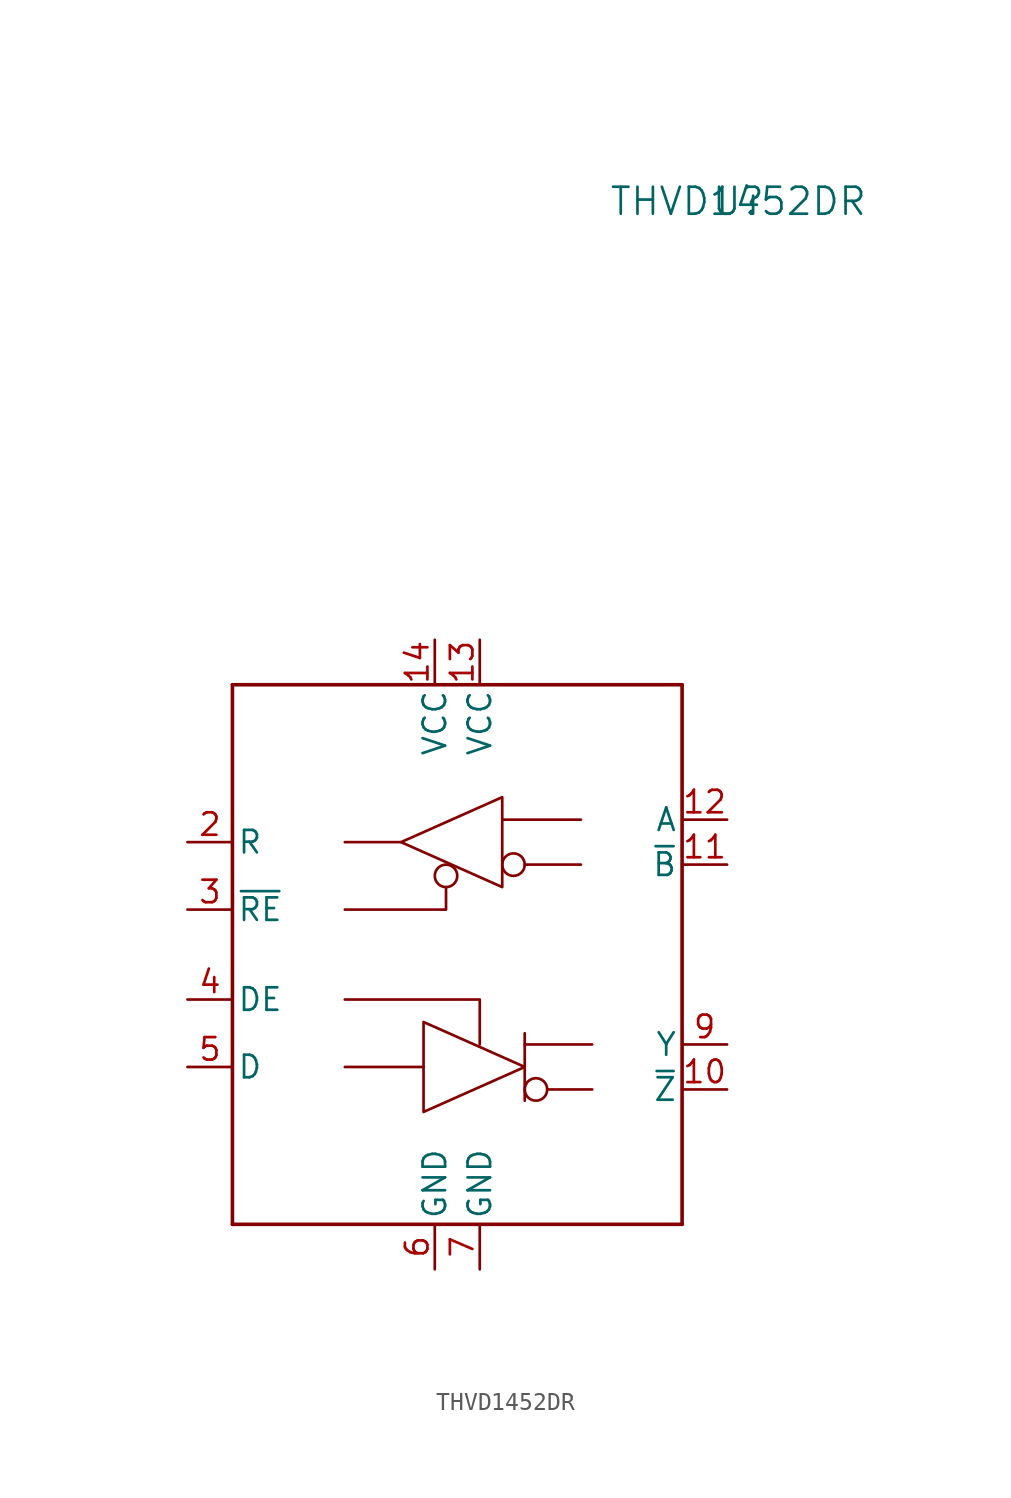
<source format=kicad_sym>
(kicad_symbol_lib
  (version 20220914)
  (generator kicad_symbol_editor)
  (symbol "THVD1452DR"
    (pin_names
      (offset 0.254))
    (property "Reference" "U"
      (at 15.875 42.545 0)
      (effects (font (size 1.524 1.524))))
    (property "Value" "THVD1452DR"
      (at 15.875 42.545 0)
      (effects (font (size 1.524 1.524))))
    (symbol "THVD1452DR_0_1"
      (polyline (pts (xy -12.7 -15.24) (xy 12.7 -15.24)) (stroke (width 0.203) (type default)) (fill (type none)))
      (polyline (pts (xy -12.7 15.24) (xy -12.7 -15.24)) (stroke (width 0.203) (type default)) (fill (type none)))
      (polyline (pts (xy 12.7 -15.24) (xy 12.7 15.24)) (stroke (width 0.203) (type default)) (fill (type none)))
      (polyline (pts (xy 12.7 15.24) (xy -12.7 15.24)) (stroke (width 0.203) (type default)) (fill (type none))))
    (symbol "THVD1452DR_1_1"
      (circle (center -0.635 4.445) (radius 0.635) (stroke (width 0) (type default)) (fill (type none)))
      (polyline (pts (xy -6.35 -6.35) (xy -1.905 -6.35)) (stroke (width 0) (type default)) (fill (type none)))
      (polyline (pts (xy -3.175 6.35) (xy -6.35 6.35)) (stroke (width 0) (type default)) (fill (type none)))
      (polyline (pts (xy 3.81 -4.445) (xy 3.81 -8.255)) (stroke (width 0) (type default)) (fill (type none)))
      (polyline (pts (xy 6.985 5.08) (xy 3.81 5.08)) (stroke (width 0) (type default)) (fill (type none)))
      (polyline (pts (xy 6.985 7.62) (xy 2.54 7.62)) (stroke (width 0) (type default)) (fill (type none)))
      (polyline (pts (xy 7.62 -7.62) (xy 5.08 -7.62)) (stroke (width 0) (type default)) (fill (type none)))
      (polyline (pts (xy 7.62 -5.08) (xy 3.81 -5.08)) (stroke (width 0) (type default)) (fill (type none)))
      (polyline (pts (xy -0.635 3.81) (xy -0.635 2.54) (xy -6.35 2.54)) (stroke (width 0) (type default)) (fill (type none)))
      (polyline (pts (xy 1.27 -5.08) (xy 1.27 -2.54) (xy -6.35 -2.54)) (stroke (width 0) (type default)) (fill (type none)))
      (polyline (pts (xy -3.175 6.35) (xy 2.54 8.89) (xy 2.54 3.81) (xy -3.175 6.35)) (stroke (width 0) (type default)) (fill (type none)))
      (polyline (pts (xy 3.81 -6.35) (xy -1.905 -8.89) (xy -1.905 -3.81) (xy 3.81 -6.35)) (stroke (width 0) (type default)) (fill (type none)))
      (circle (center 3.175 5.08) (radius 0.635) (stroke (width 0) (type default)) (fill (type none)))
      (circle (center 4.445 -7.62) (radius 0.635) (stroke (width 0) (type default)) (fill (type none)))
      (pin no_connect line (at -17.78 -10.16 0) (length 5.08) hide (name "NC" (effects (font (size 1.27 1.27)))) (number "1" (effects (font (size 1.27 1.27)))))
      (pin output line (at 15.24 -7.62 180) (length 2.54) (name "~{Z}" (effects (font (size 1.27 1.27)))) (number "10" (effects (font (size 1.27 1.27)))))
      (pin input line (at 15.24 5.08 180) (length 2.54) (name "~{B}" (effects (font (size 1.27 1.27)))) (number "11" (effects (font (size 1.27 1.27)))))
      (pin input line (at 15.24 7.62 180) (length 2.54) (name "A" (effects (font (size 1.27 1.27)))) (number "12" (effects (font (size 1.27 1.27)))))
      (pin power_in line (at 1.27 17.78 270) (length 2.54) (name "VCC" (effects (font (size 1.27 1.27)))) (number "13" (effects (font (size 1.27 1.27)))))
      (pin power_in line (at -1.27 17.78 270) (length 2.54) (name "VCC" (effects (font (size 1.27 1.27)))) (number "14" (effects (font (size 1.27 1.27)))))
      (pin output line (at -15.24 6.35 0) (length 2.54) (name "R" (effects (font (size 1.27 1.27)))) (number "2" (effects (font (size 1.27 1.27)))))
      (pin input line (at -15.24 2.54 0) (length 2.54) (name "~{RE}" (effects (font (size 1.27 1.27)))) (number "3" (effects (font (size 1.27 1.27)))))
      (pin input line (at -15.24 -2.54 0) (length 2.54) (name "DE" (effects (font (size 1.27 1.27)))) (number "4" (effects (font (size 1.27 1.27)))))
      (pin input line (at -15.24 -6.35 0) (length 2.54) (name "D" (effects (font (size 1.27 1.27)))) (number "5" (effects (font (size 1.27 1.27)))))
      (pin power_in line (at -1.27 -17.78 90) (length 2.54) (name "GND" (effects (font (size 1.27 1.27)))) (number "6" (effects (font (size 1.27 1.27)))))
      (pin power_in line (at 1.27 -17.78 90) (length 2.54) (name "GND" (effects (font (size 1.27 1.27)))) (number "7" (effects (font (size 1.27 1.27)))))
      (pin no_connect line (at -17.78 -12.7 0) (length 5.08) hide (name "NC" (effects (font (size 1.27 1.27)))) (number "8" (effects (font (size 1.27 1.27)))))
      (pin output line (at 15.24 -5.08 180) (length 2.54) (name "Y" (effects (font (size 1.27 1.27)))) (number "9" (effects (font (size 1.27 1.27))))))))
</source>
